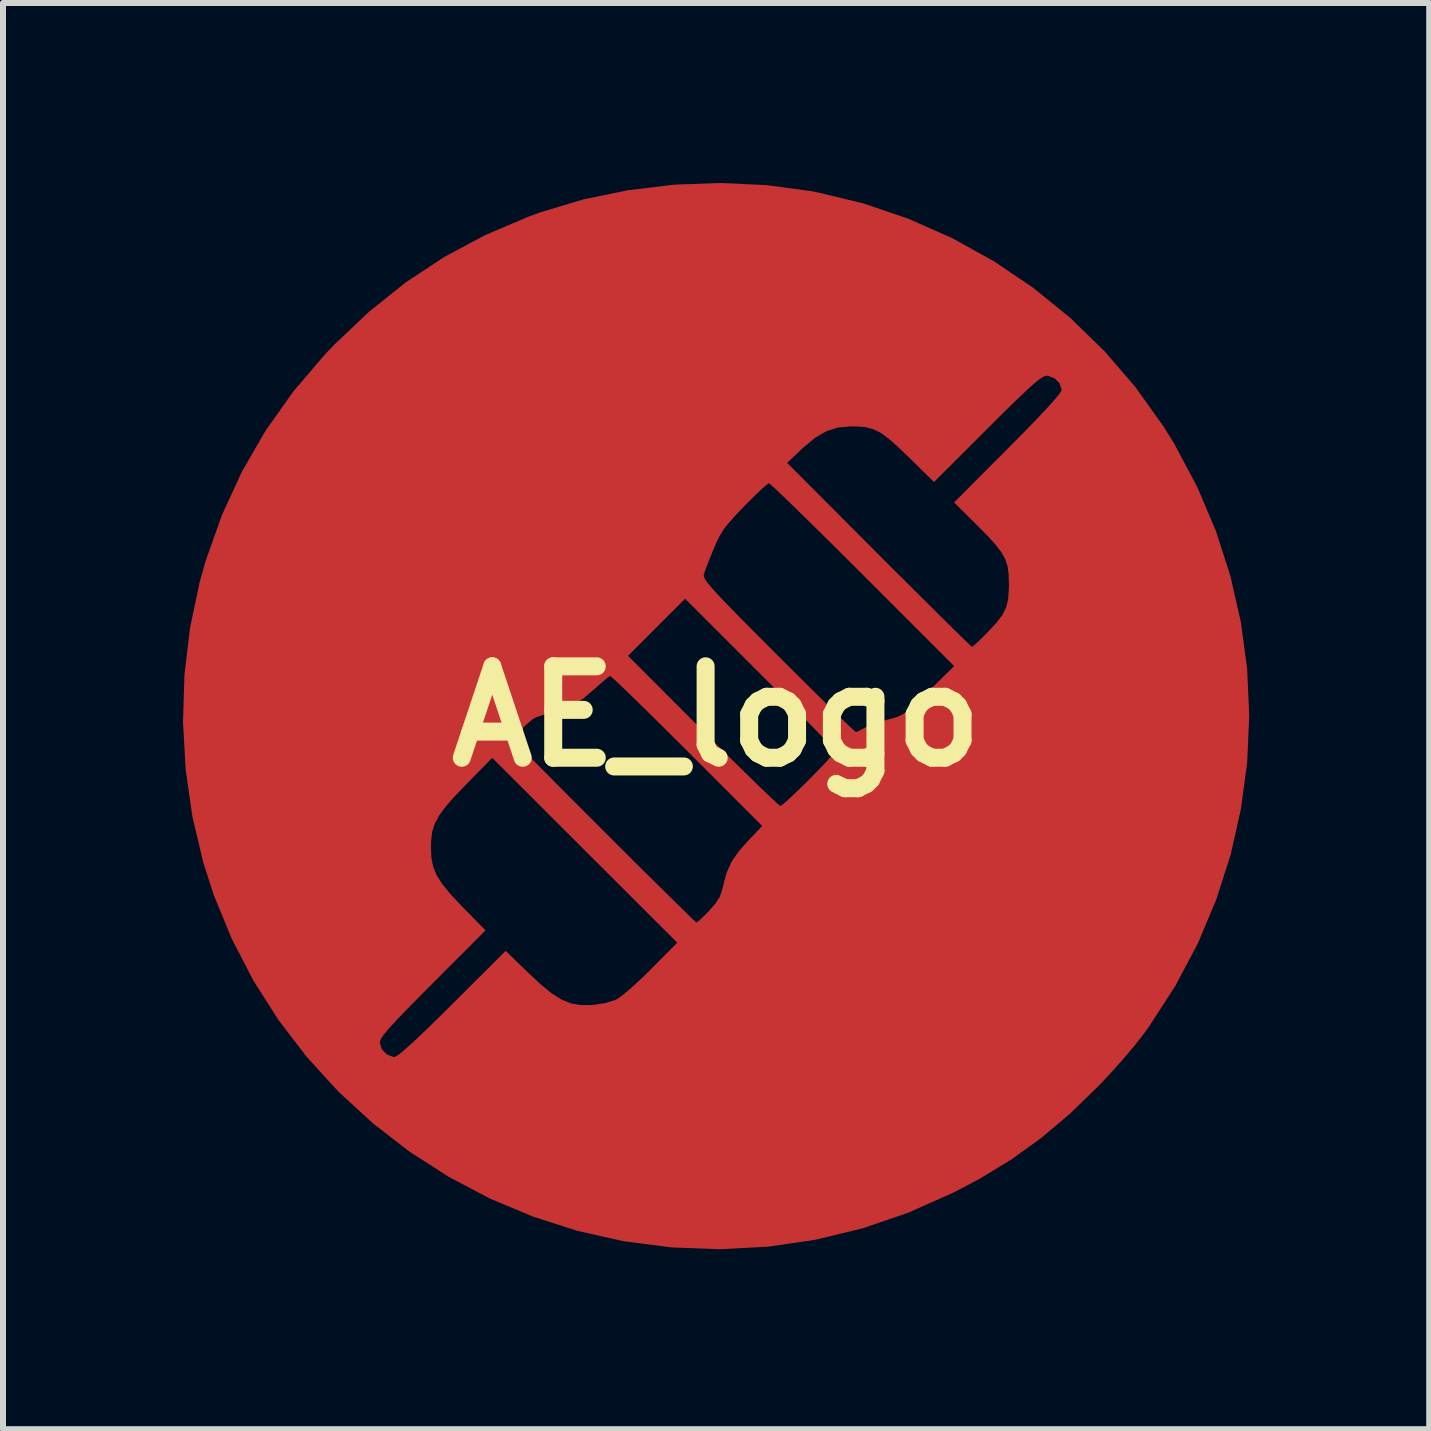
<source format=kicad_pcb>
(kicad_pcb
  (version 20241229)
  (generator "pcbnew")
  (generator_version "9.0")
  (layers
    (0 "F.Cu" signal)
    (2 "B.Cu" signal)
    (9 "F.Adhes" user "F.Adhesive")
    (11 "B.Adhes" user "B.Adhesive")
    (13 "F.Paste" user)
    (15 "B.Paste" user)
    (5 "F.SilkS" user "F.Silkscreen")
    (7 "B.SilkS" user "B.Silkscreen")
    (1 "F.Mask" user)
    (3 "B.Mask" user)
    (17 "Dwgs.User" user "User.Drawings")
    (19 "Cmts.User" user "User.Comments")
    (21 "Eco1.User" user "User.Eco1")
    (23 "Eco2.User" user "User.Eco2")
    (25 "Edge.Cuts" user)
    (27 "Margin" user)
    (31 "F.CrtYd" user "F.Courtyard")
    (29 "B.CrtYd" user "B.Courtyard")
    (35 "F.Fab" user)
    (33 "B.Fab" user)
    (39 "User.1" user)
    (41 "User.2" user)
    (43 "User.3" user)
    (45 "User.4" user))
  (footprint "AE_logo"
    (layer "F.Cu")
    (at 8.892 8.89)
    (property "Reference" "AE_logo" (at 0 0 0) (layer "F.SilkS") (effects (font (size 1.524 1.524) (thickness 0.3))))
    (attr board_only exclude_from_pos_files exclude_from_bom)
    (fp_poly (pts (xy 0.832 -8.855) (xy 1.58 -8.754) (xy 1.67 -8.737) (xy 2.447 -8.55) (xy 3.201 -8.293) (xy 3.928 -7.971) (xy 4.622 -7.586) (xy 5.28 -7.142) (xy 5.896 -6.642) (xy 6.465 -6.089) (xy 6.984 -5.486) (xy 7.447 -4.837) (xy 7.626 -4.55) (xy 8.009 -3.831) (xy 8.323 -3.092) (xy 8.566 -2.337) (xy 8.74 -1.569) (xy 8.844 -0.794) (xy 8.879 -0.015) (xy 8.845 0.763) (xy 8.742 1.536) (xy 8.571 2.299) (xy 8.331 3.049) (xy 8.024 3.781) (xy 7.648 4.491) (xy 7.205 5.175) (xy 7.083 5.341) (xy 6.96 5.496) (xy 6.802 5.684) (xy 6.624 5.885) (xy 6.445 6.079) (xy 6.37 6.157) (xy 5.892 6.621) (xy 5.414 7.025) (xy 4.919 7.382) (xy 4.39 7.705) (xy 3.955 7.934) (xy 3.199 8.271) (xy 2.43 8.534) (xy 1.648 8.723) (xy 0.854 8.839) (xy 0.049 8.881) (xy -0.753 8.85) (xy -1.544 8.748) (xy -2.314 8.576) (xy -3.06 8.337) (xy -3.779 8.035) (xy -4.466 7.673) (xy -5.119 7.253) (xy -5.732 6.778) (xy -6.303 6.253) (xy -6.827 5.679) (xy -7.012 5.438) (xy -5.612 5.438) (xy -5.579 5.547) (xy -5.495 5.635) (xy -5.385 5.677) (xy -5.367 5.678) (xy -5.314 5.65) (xy -5.211 5.567) (xy -5.057 5.43) (xy -4.853 5.237) (xy -4.599 4.989) (xy -4.401 4.793) (xy -3.514 3.908) (xy -3.139 4.272) (xy -2.924 4.472) (xy -2.742 4.62) (xy -2.581 4.721) (xy -2.427 4.783) (xy -2.269 4.811) (xy -2.094 4.811) (xy -2.078 4.81) (xy -1.862 4.781) (xy -1.689 4.728) (xy -1.662 4.715) (xy -1.584 4.662) (xy -1.468 4.566) (xy -1.326 4.438) (xy -1.17 4.291) (xy -1.084 4.205) (xy -0.654 3.772) (xy -2.196 2.232) (xy -3.738 0.691) (xy -4.167 1.128) (xy -4.368 1.337) (xy -4.518 1.509) (xy -4.626 1.657) (xy -4.697 1.792) (xy -4.739 1.926) (xy -4.757 2.072) (xy -4.76 2.185) (xy -4.752 2.356) (xy -4.722 2.506) (xy -4.664 2.648) (xy -4.57 2.796) (xy -4.433 2.963) (xy -4.246 3.163) (xy -4.224 3.185) (xy -3.85 3.567) (xy -4.731 4.45) (xy -4.977 4.697) (xy -5.175 4.898) (xy -5.328 5.058) (xy -5.443 5.182) (xy -5.524 5.277) (xy -5.576 5.347) (xy -5.603 5.398) (xy -5.612 5.436) (xy -5.612 5.438) (xy -7.012 5.438) (xy -7.3 5.061) (xy -7.72 4.401) (xy -8.082 3.701) (xy -8.383 2.967) (xy -8.554 2.434) (xy -8.735 1.672) (xy -8.847 0.892) (xy -8.876 0.373) (xy -3.399 0.373) (xy -3.374 0.403) (xy -3.301 0.479) (xy -3.186 0.597) (xy -3.035 0.751) (xy -2.854 0.934) (xy -2.649 1.141) (xy -2.424 1.367) (xy -2.187 1.605) (xy -1.942 1.85) (xy -1.695 2.097) (xy -1.452 2.339) (xy -1.219 2.571) (xy -1.001 2.786) (xy -0.804 2.981) (xy -0.634 3.148) (xy -0.497 3.282) (xy -0.398 3.378) (xy -0.342 3.429) (xy -0.333 3.436) (xy -0.298 3.411) (xy -0.227 3.345) (xy -0.134 3.251) (xy -0.121 3.237) (xy -0.013 3.114) (xy 0.054 3.007) (xy 0.096 2.889) (xy 0.112 2.817) (xy 0.169 2.605) (xy 0.252 2.422) (xy 0.374 2.245) (xy 0.536 2.063) (xy 0.762 1.827) (xy -0.487 0.577) (xy -0.74 0.326) (xy -0.976 0.091) (xy -1.192 -0.122) (xy -1.381 -0.307) (xy -1.539 -0.46) (xy -1.66 -0.575) (xy -1.739 -0.648) (xy -1.771 -0.672) (xy -1.812 -0.648) (xy -1.891 -0.584) (xy -1.993 -0.493) (xy -2.015 -0.472) (xy -2.224 -0.295) (xy -2.431 -0.171) (xy -2.663 -0.085) (xy -2.765 -0.059) (xy -2.896 -0.023) (xy -3.005 0.015) (xy -3.056 0.042) (xy -3.132 0.104) (xy -3.222 0.185) (xy -3.308 0.268) (xy -3.373 0.336) (xy -3.399 0.372) (xy -3.399 0.373) (xy -8.876 0.373) (xy -8.892 0.103) (xy -8.868 -0.687) (xy -8.83 -1.009) (xy -1.475 -1.009) (xy -0.224 0.243) (xy 0.028 0.495) (xy 0.266 0.73) (xy 0.482 0.942) (xy 0.672 1.128) (xy 0.831 1.281) (xy 0.953 1.397) (xy 1.033 1.469) (xy 1.065 1.494) (xy 1.103 1.469) (xy 1.183 1.399) (xy 1.297 1.293) (xy 1.434 1.161) (xy 1.541 1.055) (xy 1.687 0.906) (xy 1.813 0.775) (xy 1.909 0.669) (xy 1.967 0.6) (xy 1.98 0.578) (xy 1.954 0.545) (xy 1.881 0.465) (xy 1.764 0.342) (xy 1.611 0.183) (xy 1.425 -0.007) (xy 1.211 -0.224) (xy 0.976 -0.461) (xy 0.728 -0.71) (xy -0.523 -1.961) (xy -1.475 -1.009) (xy -8.83 -1.009) (xy -8.776 -1.468) (xy -8.616 -2.231) (xy -8.586 -2.337) (xy -0.212 -2.337) (xy -0.2 -2.303) (xy -0.172 -2.256) (xy -0.122 -2.192) (xy -0.047 -2.105) (xy 0.057 -1.992) (xy 0.196 -1.848) (xy 0.372 -1.667) (xy 0.591 -1.446) (xy 0.856 -1.18) (xy 1.031 -1.004) (xy 1.285 -0.751) (xy 1.523 -0.515) (xy 1.739 -0.301) (xy 1.93 -0.113) (xy 2.088 0.042) (xy 2.21 0.159) (xy 2.29 0.234) (xy 2.323 0.261) (xy 2.323 0.261) (xy 2.369 0.244) (xy 2.451 0.201) (xy 2.472 0.189) (xy 2.573 0.143) (xy 2.715 0.093) (xy 2.857 0.053) (xy 2.958 0.027) (xy 3.039 -0.002) (xy 3.114 -0.04) (xy 3.194 -0.099) (xy 3.294 -0.187) (xy 3.424 -0.311) (xy 3.54 -0.425) (xy 3.961 -0.838) (xy 2.438 -2.361) (xy 2.159 -2.64) (xy 1.895 -2.902) (xy 1.651 -3.143) (xy 1.431 -3.358) (xy 1.242 -3.543) (xy 1.086 -3.693) (xy 0.97 -3.803) (xy 0.897 -3.868) (xy 0.874 -3.885) (xy 0.835 -3.859) (xy 0.754 -3.789) (xy 0.643 -3.684) (xy 0.512 -3.554) (xy 0.461 -3.502) (xy 0.308 -3.341) (xy 0.196 -3.215) (xy 0.113 -3.107) (xy 0.049 -3.001) (xy -0.01 -2.879) (xy -0.049 -2.787) (xy -0.112 -2.632) (xy -0.166 -2.494) (xy -0.202 -2.393) (xy -0.211 -2.363) (xy -0.212 -2.337) (xy -8.586 -2.337) (xy -8.513 -2.596) (xy -8.241 -3.36) (xy -7.909 -4.081) (xy -7.826 -4.225) (xy 1.177 -4.225) (xy 2.708 -2.691) (xy 2.987 -2.412) (xy 3.251 -2.149) (xy 3.494 -1.907) (xy 3.712 -1.691) (xy 3.9 -1.505) (xy 4.053 -1.354) (xy 4.168 -1.243) (xy 4.238 -1.176) (xy 4.259 -1.158) (xy 4.292 -1.183) (xy 4.364 -1.249) (xy 4.462 -1.345) (xy 4.508 -1.391) (xy 4.66 -1.554) (xy 4.764 -1.689) (xy 4.828 -1.817) (xy 4.861 -1.956) (xy 4.873 -2.127) (xy 4.874 -2.204) (xy 4.869 -2.367) (xy 4.851 -2.502) (xy 4.811 -2.624) (xy 4.743 -2.744) (xy 4.639 -2.877) (xy 4.493 -3.035) (xy 4.336 -3.193) (xy 3.96 -3.566) (xy 4.856 -4.465) (xy 5.129 -4.74) (xy 5.35 -4.968) (xy 5.52 -5.149) (xy 5.642 -5.286) (xy 5.719 -5.381) (xy 5.751 -5.437) (xy 5.752 -5.446) (xy 5.719 -5.55) (xy 5.635 -5.634) (xy 5.525 -5.676) (xy 5.501 -5.678) (xy 5.463 -5.669) (xy 5.412 -5.641) (xy 5.34 -5.587) (xy 5.244 -5.504) (xy 5.117 -5.386) (xy 4.953 -5.229) (xy 4.748 -5.028) (xy 4.512 -4.792) (xy 3.625 -3.906) (xy 3.204 -4.32) (xy 3.014 -4.502) (xy 2.861 -4.636) (xy 2.732 -4.729) (xy 2.611 -4.787) (xy 2.487 -4.82) (xy 2.346 -4.832) (xy 2.241 -4.833) (xy 2.028 -4.815) (xy 1.837 -4.756) (xy 1.651 -4.649) (xy 1.452 -4.485) (xy 1.416 -4.452) (xy 1.177 -4.225) (xy -7.826 -4.225) (xy -7.515 -4.763) (xy -7.057 -5.41) (xy -6.531 -6.027) (xy -6.371 -6.195) (xy -5.786 -6.749) (xy -5.177 -7.235) (xy -4.536 -7.658) (xy -3.857 -8.021) (xy -3.133 -8.329) (xy -2.933 -8.402) (xy -2.218 -8.617) (xy -1.472 -8.77) (xy -0.707 -8.862) (xy 0.065 -8.89)) (stroke (width 0) (type solid)) (fill yes) (layer "F.Cu"))
    (fp_poly (pts (xy 0.832 -8.855) (xy 1.58 -8.754) (xy 1.67 -8.737) (xy 2.447 -8.55) (xy 3.201 -8.293) (xy 3.928 -7.971) (xy 4.622 -7.586) (xy 5.28 -7.142) (xy 5.896 -6.642) (xy 6.465 -6.089) (xy 6.984 -5.486) (xy 7.447 -4.837) (xy 7.626 -4.55) (xy 8.009 -3.831) (xy 8.323 -3.092) (xy 8.566 -2.337) (xy 8.74 -1.569) (xy 8.844 -0.794) (xy 8.879 -0.015) (xy 8.845 0.763) (xy 8.742 1.536) (xy 8.571 2.299) (xy 8.331 3.049) (xy 8.024 3.781) (xy 7.648 4.491) (xy 7.205 5.175) (xy 7.083 5.341) (xy 6.96 5.496) (xy 6.802 5.684) (xy 6.624 5.885) (xy 6.445 6.079) (xy 6.37 6.157) (xy 5.892 6.621) (xy 5.414 7.025) (xy 4.919 7.382) (xy 4.39 7.705) (xy 3.955 7.934) (xy 3.199 8.271) (xy 2.43 8.534) (xy 1.648 8.723) (xy 0.854 8.839) (xy 0.049 8.881) (xy -0.753 8.85) (xy -1.544 8.748) (xy -2.314 8.576) (xy -3.06 8.337) (xy -3.779 8.035) (xy -4.466 7.673) (xy -5.119 7.253) (xy -5.732 6.778) (xy -6.303 6.253) (xy -6.827 5.679) (xy -7.012 5.438) (xy -5.612 5.438) (xy -5.579 5.547) (xy -5.495 5.635) (xy -5.385 5.677) (xy -5.367 5.678) (xy -5.314 5.65) (xy -5.211 5.567) (xy -5.057 5.43) (xy -4.853 5.237) (xy -4.599 4.989) (xy -4.401 4.793) (xy -3.514 3.908) (xy -3.139 4.272) (xy -2.924 4.472) (xy -2.742 4.62) (xy -2.581 4.721) (xy -2.427 4.783) (xy -2.269 4.811) (xy -2.094 4.811) (xy -2.078 4.81) (xy -1.862 4.781) (xy -1.689 4.728) (xy -1.662 4.715) (xy -1.584 4.662) (xy -1.468 4.566) (xy -1.326 4.438) (xy -1.17 4.291) (xy -1.084 4.205) (xy -0.654 3.772) (xy -2.196 2.232) (xy -3.738 0.691) (xy -4.167 1.128) (xy -4.368 1.337) (xy -4.518 1.509) (xy -4.626 1.657) (xy -4.697 1.792) (xy -4.739 1.926) (xy -4.757 2.072) (xy -4.76 2.185) (xy -4.752 2.356) (xy -4.722 2.506) (xy -4.664 2.648) (xy -4.57 2.796) (xy -4.433 2.963) (xy -4.246 3.163) (xy -4.224 3.185) (xy -3.85 3.567) (xy -4.731 4.45) (xy -4.977 4.697) (xy -5.175 4.898) (xy -5.328 5.058) (xy -5.443 5.182) (xy -5.524 5.277) (xy -5.576 5.347) (xy -5.603 5.398) (xy -5.612 5.436) (xy -5.612 5.438) (xy -7.012 5.438) (xy -7.3 5.061) (xy -7.72 4.401) (xy -8.082 3.701) (xy -8.383 2.967) (xy -8.554 2.434) (xy -8.735 1.672) (xy -8.847 0.892) (xy -8.876 0.373) (xy -3.399 0.373) (xy -3.374 0.403) (xy -3.301 0.479) (xy -3.186 0.597) (xy -3.035 0.751) (xy -2.854 0.934) (xy -2.649 1.141) (xy -2.424 1.367) (xy -2.187 1.605) (xy -1.942 1.85) (xy -1.695 2.097) (xy -1.452 2.339) (xy -1.219 2.571) (xy -1.001 2.786) (xy -0.804 2.981) (xy -0.634 3.148) (xy -0.497 3.282) (xy -0.398 3.378) (xy -0.342 3.429) (xy -0.333 3.436) (xy -0.298 3.411) (xy -0.227 3.345) (xy -0.134 3.251) (xy -0.121 3.237) (xy -0.013 3.114) (xy 0.054 3.007) (xy 0.096 2.889) (xy 0.112 2.817) (xy 0.169 2.605) (xy 0.252 2.422) (xy 0.374 2.245) (xy 0.536 2.063) (xy 0.762 1.827) (xy -0.487 0.577) (xy -0.74 0.326) (xy -0.976 0.091) (xy -1.192 -0.122) (xy -1.381 -0.307) (xy -1.539 -0.46) (xy -1.66 -0.575) (xy -1.739 -0.648) (xy -1.771 -0.672) (xy -1.812 -0.648) (xy -1.891 -0.584) (xy -1.993 -0.493) (xy -2.015 -0.472) (xy -2.224 -0.295) (xy -2.431 -0.171) (xy -2.663 -0.085) (xy -2.765 -0.059) (xy -2.896 -0.023) (xy -3.005 0.015) (xy -3.056 0.042) (xy -3.132 0.104) (xy -3.222 0.185) (xy -3.308 0.268) (xy -3.373 0.336) (xy -3.399 0.372) (xy -3.399 0.373) (xy -8.876 0.373) (xy -8.892 0.103) (xy -8.868 -0.687) (xy -8.83 -1.009) (xy -1.475 -1.009) (xy -0.224 0.243) (xy 0.028 0.495) (xy 0.266 0.73) (xy 0.482 0.942) (xy 0.672 1.128) (xy 0.831 1.281) (xy 0.953 1.397) (xy 1.033 1.469) (xy 1.065 1.494) (xy 1.103 1.469) (xy 1.183 1.399) (xy 1.297 1.293) (xy 1.434 1.161) (xy 1.541 1.055) (xy 1.687 0.906) (xy 1.813 0.775) (xy 1.909 0.669) (xy 1.967 0.6) (xy 1.98 0.578) (xy 1.954 0.545) (xy 1.881 0.465) (xy 1.764 0.342) (xy 1.611 0.183) (xy 1.425 -0.007) (xy 1.211 -0.224) (xy 0.976 -0.461) (xy 0.728 -0.71) (xy -0.523 -1.961) (xy -1.475 -1.009) (xy -8.83 -1.009) (xy -8.776 -1.468) (xy -8.616 -2.231) (xy -8.586 -2.337) (xy -0.212 -2.337) (xy -0.2 -2.303) (xy -0.172 -2.256) (xy -0.122 -2.192) (xy -0.047 -2.105) (xy 0.057 -1.992) (xy 0.196 -1.848) (xy 0.372 -1.667) (xy 0.591 -1.446) (xy 0.856 -1.18) (xy 1.031 -1.004) (xy 1.285 -0.751) (xy 1.523 -0.515) (xy 1.739 -0.301) (xy 1.93 -0.113) (xy 2.088 0.042) (xy 2.21 0.159) (xy 2.29 0.234) (xy 2.323 0.261) (xy 2.323 0.261) (xy 2.369 0.244) (xy 2.451 0.201) (xy 2.472 0.189) (xy 2.573 0.143) (xy 2.715 0.093) (xy 2.857 0.053) (xy 2.958 0.027) (xy 3.039 -0.002) (xy 3.114 -0.04) (xy 3.194 -0.099) (xy 3.294 -0.187) (xy 3.424 -0.311) (xy 3.54 -0.425) (xy 3.961 -0.838) (xy 2.438 -2.361) (xy 2.159 -2.64) (xy 1.895 -2.902) (xy 1.651 -3.143) (xy 1.431 -3.358) (xy 1.242 -3.543) (xy 1.086 -3.693) (xy 0.97 -3.803) (xy 0.897 -3.868) (xy 0.874 -3.885) (xy 0.835 -3.859) (xy 0.754 -3.789) (xy 0.643 -3.684) (xy 0.512 -3.554) (xy 0.461 -3.502) (xy 0.308 -3.341) (xy 0.196 -3.215) (xy 0.113 -3.107) (xy 0.049 -3.001) (xy -0.01 -2.879) (xy -0.049 -2.787) (xy -0.112 -2.632) (xy -0.166 -2.494) (xy -0.202 -2.393) (xy -0.211 -2.363) (xy -0.212 -2.337) (xy -8.586 -2.337) (xy -8.513 -2.596) (xy -8.241 -3.36) (xy -7.909 -4.081) (xy -7.826 -4.225) (xy 1.177 -4.225) (xy 2.708 -2.691) (xy 2.987 -2.412) (xy 3.251 -2.149) (xy 3.494 -1.907) (xy 3.712 -1.691) (xy 3.9 -1.505) (xy 4.053 -1.354) (xy 4.168 -1.243) (xy 4.238 -1.176) (xy 4.259 -1.158) (xy 4.292 -1.183) (xy 4.364 -1.249) (xy 4.462 -1.345) (xy 4.508 -1.391) (xy 4.66 -1.554) (xy 4.764 -1.689) (xy 4.828 -1.817) (xy 4.861 -1.956) (xy 4.873 -2.127) (xy 4.874 -2.204) (xy 4.869 -2.367) (xy 4.851 -2.502) (xy 4.811 -2.624) (xy 4.743 -2.744) (xy 4.639 -2.877) (xy 4.493 -3.035) (xy 4.336 -3.193) (xy 3.96 -3.566) (xy 4.856 -4.465) (xy 5.129 -4.74) (xy 5.35 -4.968) (xy 5.52 -5.149) (xy 5.642 -5.286) (xy 5.719 -5.381) (xy 5.751 -5.437) (xy 5.752 -5.446) (xy 5.719 -5.55) (xy 5.635 -5.634) (xy 5.525 -5.676) (xy 5.501 -5.678) (xy 5.463 -5.669) (xy 5.412 -5.641) (xy 5.34 -5.587) (xy 5.244 -5.504) (xy 5.117 -5.386) (xy 4.953 -5.229) (xy 4.748 -5.028) (xy 4.512 -4.792) (xy 3.625 -3.906) (xy 3.204 -4.32) (xy 3.014 -4.502) (xy 2.861 -4.636) (xy 2.732 -4.729) (xy 2.611 -4.787) (xy 2.487 -4.82) (xy 2.346 -4.832) (xy 2.241 -4.833) (xy 2.028 -4.815) (xy 1.837 -4.756) (xy 1.651 -4.649) (xy 1.452 -4.485) (xy 1.416 -4.452) (xy 1.177 -4.225) (xy -7.826 -4.225) (xy -7.515 -4.763) (xy -7.057 -5.41) (xy -6.531 -6.027) (xy -6.371 -6.195) (xy -5.786 -6.749) (xy -5.177 -7.235) (xy -4.536 -7.658) (xy -3.857 -8.021) (xy -3.133 -8.329) (xy -2.933 -8.402) (xy -2.218 -8.617) (xy -1.472 -8.77) (xy -0.707 -8.862) (xy 0.065 -8.89)) (stroke (width 0) (type solid)) (fill yes) (layer "F.Mask"))
    (fp_poly (pts (xy 0.832 -8.855) (xy 1.58 -8.754) (xy 1.67 -8.737) (xy 2.447 -8.55) (xy 3.201 -8.293) (xy 3.928 -7.971) (xy 4.622 -7.586) (xy 5.28 -7.142) (xy 5.896 -6.642) (xy 6.465 -6.089) (xy 6.984 -5.486) (xy 7.447 -4.837) (xy 7.626 -4.55) (xy 8.009 -3.831) (xy 8.323 -3.092) (xy 8.566 -2.337) (xy 8.74 -1.569) (xy 8.844 -0.794) (xy 8.879 -0.015) (xy 8.845 0.763) (xy 8.742 1.536) (xy 8.571 2.299) (xy 8.331 3.049) (xy 8.024 3.781) (xy 7.648 4.491) (xy 7.205 5.175) (xy 7.083 5.341) (xy 6.96 5.496) (xy 6.802 5.684) (xy 6.624 5.885) (xy 6.445 6.079) (xy 6.37 6.157) (xy 5.892 6.621) (xy 5.414 7.025) (xy 4.919 7.382) (xy 4.39 7.705) (xy 3.955 7.934) (xy 3.199 8.271) (xy 2.43 8.534) (xy 1.648 8.723) (xy 0.854 8.839) (xy 0.049 8.881) (xy -0.753 8.85) (xy -1.544 8.748) (xy -2.314 8.576) (xy -3.06 8.337) (xy -3.779 8.035) (xy -4.466 7.673) (xy -5.119 7.253) (xy -5.732 6.778) (xy -6.303 6.253) (xy -6.827 5.679) (xy -7.012 5.438) (xy -5.612 5.438) (xy -5.579 5.547) (xy -5.495 5.635) (xy -5.385 5.677) (xy -5.367 5.678) (xy -5.314 5.65) (xy -5.211 5.567) (xy -5.057 5.43) (xy -4.853 5.237) (xy -4.599 4.989) (xy -4.401 4.793) (xy -3.514 3.908) (xy -3.139 4.272) (xy -2.924 4.472) (xy -2.742 4.62) (xy -2.581 4.721) (xy -2.427 4.783) (xy -2.269 4.811) (xy -2.094 4.811) (xy -2.078 4.81) (xy -1.862 4.781) (xy -1.689 4.728) (xy -1.662 4.715) (xy -1.584 4.662) (xy -1.468 4.566) (xy -1.326 4.438) (xy -1.17 4.291) (xy -1.084 4.205) (xy -0.654 3.772) (xy -2.196 2.232) (xy -3.738 0.691) (xy -4.167 1.128) (xy -4.368 1.337) (xy -4.518 1.509) (xy -4.626 1.657) (xy -4.697 1.792) (xy -4.739 1.926) (xy -4.757 2.072) (xy -4.76 2.185) (xy -4.752 2.356) (xy -4.722 2.506) (xy -4.664 2.648) (xy -4.57 2.796) (xy -4.433 2.963) (xy -4.246 3.163) (xy -4.224 3.185) (xy -3.85 3.567) (xy -4.731 4.45) (xy -4.977 4.697) (xy -5.175 4.898) (xy -5.328 5.058) (xy -5.443 5.182) (xy -5.524 5.277) (xy -5.576 5.347) (xy -5.603 5.398) (xy -5.612 5.436) (xy -5.612 5.438) (xy -7.012 5.438) (xy -7.3 5.061) (xy -7.72 4.401) (xy -8.082 3.701) (xy -8.383 2.967) (xy -8.554 2.434) (xy -8.735 1.672) (xy -8.847 0.892) (xy -8.876 0.373) (xy -3.399 0.373) (xy -3.374 0.403) (xy -3.301 0.479) (xy -3.186 0.597) (xy -3.035 0.751) (xy -2.854 0.934) (xy -2.649 1.141) (xy -2.424 1.367) (xy -2.187 1.605) (xy -1.942 1.85) (xy -1.695 2.097) (xy -1.452 2.339) (xy -1.219 2.571) (xy -1.001 2.786) (xy -0.804 2.981) (xy -0.634 3.148) (xy -0.497 3.282) (xy -0.398 3.378) (xy -0.342 3.429) (xy -0.333 3.436) (xy -0.298 3.411) (xy -0.227 3.345) (xy -0.134 3.251) (xy -0.121 3.237) (xy -0.013 3.114) (xy 0.054 3.007) (xy 0.096 2.889) (xy 0.112 2.817) (xy 0.169 2.605) (xy 0.252 2.422) (xy 0.374 2.245) (xy 0.536 2.063) (xy 0.762 1.827) (xy -0.487 0.577) (xy -0.74 0.326) (xy -0.976 0.091) (xy -1.192 -0.122) (xy -1.381 -0.307) (xy -1.539 -0.46) (xy -1.66 -0.575) (xy -1.739 -0.648) (xy -1.771 -0.672) (xy -1.812 -0.648) (xy -1.891 -0.584) (xy -1.993 -0.493) (xy -2.015 -0.472) (xy -2.224 -0.295) (xy -2.431 -0.171) (xy -2.663 -0.085) (xy -2.765 -0.059) (xy -2.896 -0.023) (xy -3.005 0.015) (xy -3.056 0.042) (xy -3.132 0.104) (xy -3.222 0.185) (xy -3.308 0.268) (xy -3.373 0.336) (xy -3.399 0.372) (xy -3.399 0.373) (xy -8.876 0.373) (xy -8.892 0.103) (xy -8.868 -0.687) (xy -8.83 -1.009) (xy -1.475 -1.009) (xy -0.224 0.243) (xy 0.028 0.495) (xy 0.266 0.73) (xy 0.482 0.942) (xy 0.672 1.128) (xy 0.831 1.281) (xy 0.953 1.397) (xy 1.033 1.469) (xy 1.065 1.494) (xy 1.103 1.469) (xy 1.183 1.399) (xy 1.297 1.293) (xy 1.434 1.161) (xy 1.541 1.055) (xy 1.687 0.906) (xy 1.813 0.775) (xy 1.909 0.669) (xy 1.967 0.6) (xy 1.98 0.578) (xy 1.954 0.545) (xy 1.881 0.465) (xy 1.764 0.342) (xy 1.611 0.183) (xy 1.425 -0.007) (xy 1.211 -0.224) (xy 0.976 -0.461) (xy 0.728 -0.71) (xy -0.523 -1.961) (xy -1.475 -1.009) (xy -8.83 -1.009) (xy -8.776 -1.468) (xy -8.616 -2.231) (xy -8.586 -2.337) (xy -0.212 -2.337) (xy -0.2 -2.303) (xy -0.172 -2.256) (xy -0.122 -2.192) (xy -0.047 -2.105) (xy 0.057 -1.992) (xy 0.196 -1.848) (xy 0.372 -1.667) (xy 0.591 -1.446) (xy 0.856 -1.18) (xy 1.031 -1.004) (xy 1.285 -0.751) (xy 1.523 -0.515) (xy 1.739 -0.301) (xy 1.93 -0.113) (xy 2.088 0.042) (xy 2.21 0.159) (xy 2.29 0.234) (xy 2.323 0.261) (xy 2.323 0.261) (xy 2.369 0.244) (xy 2.451 0.201) (xy 2.472 0.189) (xy 2.573 0.143) (xy 2.715 0.093) (xy 2.857 0.053) (xy 2.958 0.027) (xy 3.039 -0.002) (xy 3.114 -0.04) (xy 3.194 -0.099) (xy 3.294 -0.187) (xy 3.424 -0.311) (xy 3.54 -0.425) (xy 3.961 -0.838) (xy 2.438 -2.361) (xy 2.159 -2.64) (xy 1.895 -2.902) (xy 1.651 -3.143) (xy 1.431 -3.358) (xy 1.242 -3.543) (xy 1.086 -3.693) (xy 0.97 -3.803) (xy 0.897 -3.868) (xy 0.874 -3.885) (xy 0.835 -3.859) (xy 0.754 -3.789) (xy 0.643 -3.684) (xy 0.512 -3.554) (xy 0.461 -3.502) (xy 0.308 -3.341) (xy 0.196 -3.215) (xy 0.113 -3.107) (xy 0.049 -3.001) (xy -0.01 -2.879) (xy -0.049 -2.787) (xy -0.112 -2.632) (xy -0.166 -2.494) (xy -0.202 -2.393) (xy -0.211 -2.363) (xy -0.212 -2.337) (xy -8.586 -2.337) (xy -8.513 -2.596) (xy -8.241 -3.36) (xy -7.909 -4.081) (xy -7.826 -4.225) (xy 1.177 -4.225) (xy 2.708 -2.691) (xy 2.987 -2.412) (xy 3.251 -2.149) (xy 3.494 -1.907) (xy 3.712 -1.691) (xy 3.9 -1.505) (xy 4.053 -1.354) (xy 4.168 -1.243) (xy 4.238 -1.176) (xy 4.259 -1.158) (xy 4.292 -1.183) (xy 4.364 -1.249) (xy 4.462 -1.345) (xy 4.508 -1.391) (xy 4.66 -1.554) (xy 4.764 -1.689) (xy 4.828 -1.817) (xy 4.861 -1.956) (xy 4.873 -2.127) (xy 4.874 -2.204) (xy 4.869 -2.367) (xy 4.851 -2.502) (xy 4.811 -2.624) (xy 4.743 -2.744) (xy 4.639 -2.877) (xy 4.493 -3.035) (xy 4.336 -3.193) (xy 3.96 -3.566) (xy 4.856 -4.465) (xy 5.129 -4.74) (xy 5.35 -4.968) (xy 5.52 -5.149) (xy 5.642 -5.286) (xy 5.719 -5.381) (xy 5.751 -5.437) (xy 5.752 -5.446) (xy 5.719 -5.55) (xy 5.635 -5.634) (xy 5.525 -5.676) (xy 5.501 -5.678) (xy 5.463 -5.669) (xy 5.412 -5.641) (xy 5.34 -5.587) (xy 5.244 -5.504) (xy 5.117 -5.386) (xy 4.953 -5.229) (xy 4.748 -5.028) (xy 4.512 -4.792) (xy 3.625 -3.906) (xy 3.204 -4.32) (xy 3.014 -4.502) (xy 2.861 -4.636) (xy 2.732 -4.729) (xy 2.611 -4.787) (xy 2.487 -4.82) (xy 2.346 -4.832) (xy 2.241 -4.833) (xy 2.028 -4.815) (xy 1.837 -4.756) (xy 1.651 -4.649) (xy 1.452 -4.485) (xy 1.416 -4.452) (xy 1.177 -4.225) (xy -7.826 -4.225) (xy -7.515 -4.763) (xy -7.057 -5.41) (xy -6.531 -6.027) (xy -6.371 -6.195) (xy -5.786 -6.749) (xy -5.177 -7.235) (xy -4.536 -7.658) (xy -3.857 -8.021) (xy -3.133 -8.329) (xy -2.933 -8.402) (xy -2.218 -8.617) (xy -1.472 -8.77) (xy -0.707 -8.862) (xy 0.065 -8.89)) (stroke (width 0) (type solid)) (fill yes) (layer "F.Paste")))
  (gr_rect
    (start -3 -3)
    (end 20.771 20.771)
    (stroke (width 0.1) (type default))
    (fill no)
    (layer "Edge.Cuts")))
</source>
